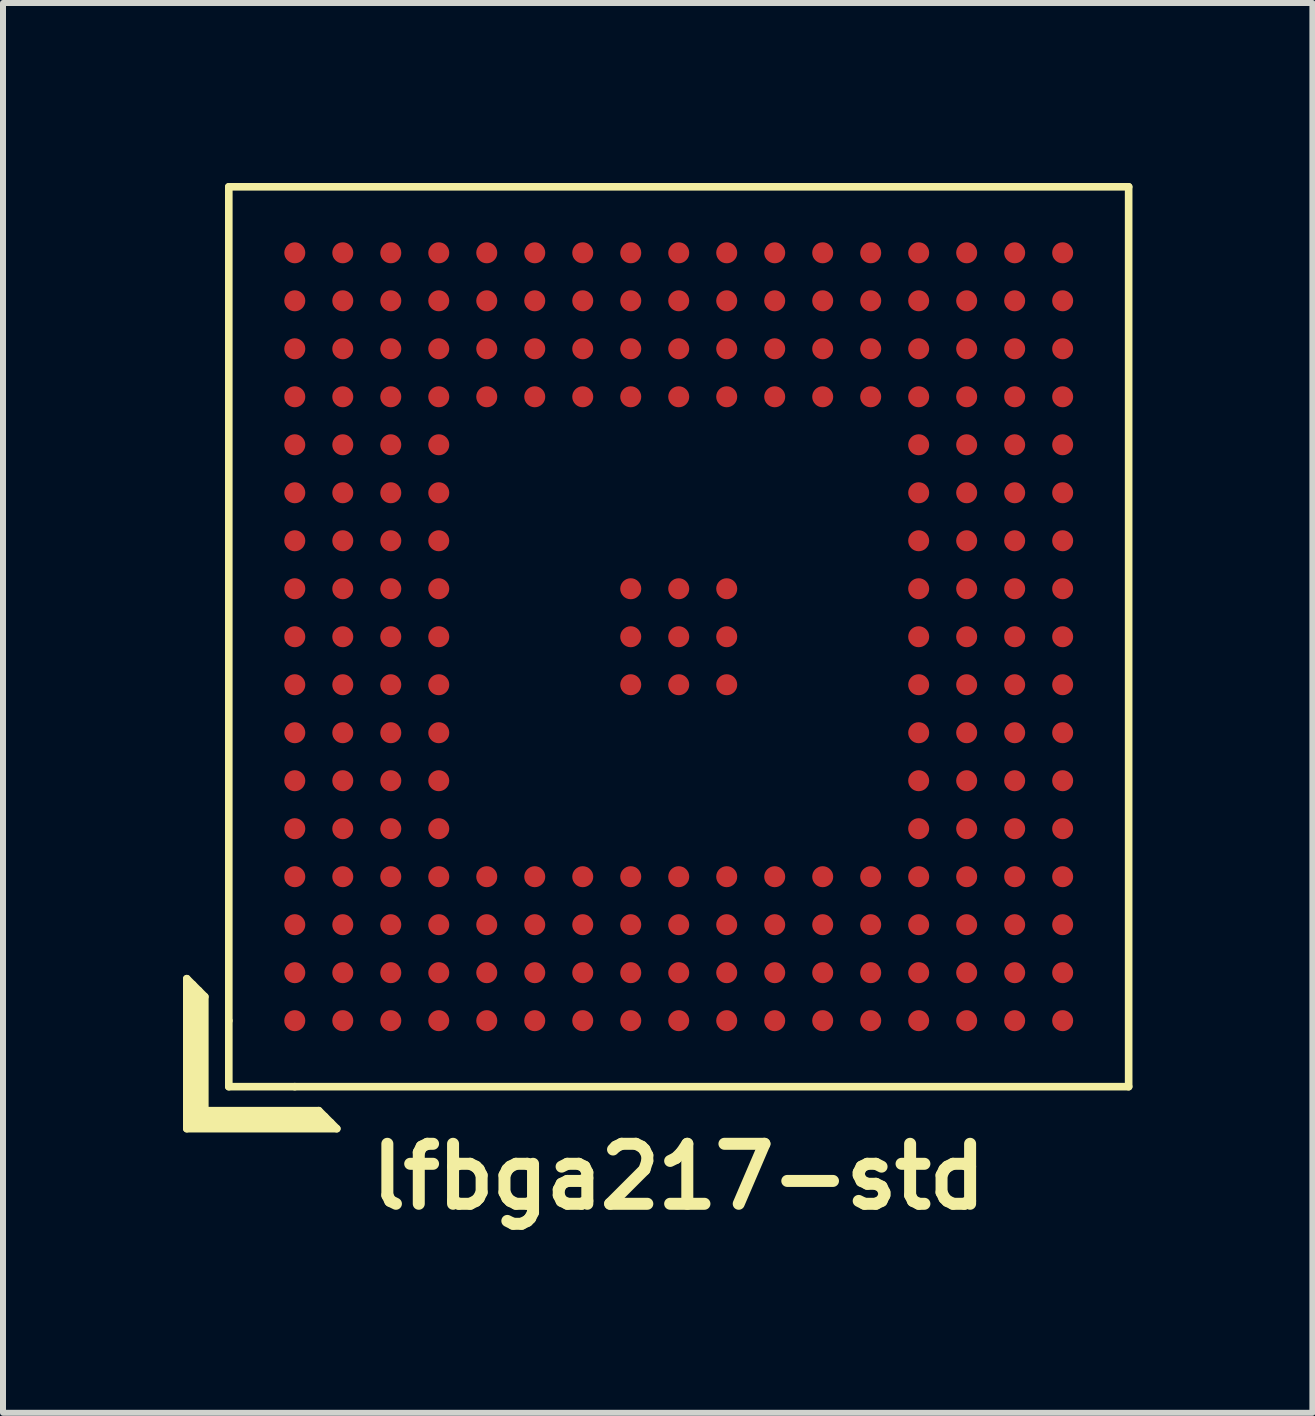
<source format=kicad_pcb>
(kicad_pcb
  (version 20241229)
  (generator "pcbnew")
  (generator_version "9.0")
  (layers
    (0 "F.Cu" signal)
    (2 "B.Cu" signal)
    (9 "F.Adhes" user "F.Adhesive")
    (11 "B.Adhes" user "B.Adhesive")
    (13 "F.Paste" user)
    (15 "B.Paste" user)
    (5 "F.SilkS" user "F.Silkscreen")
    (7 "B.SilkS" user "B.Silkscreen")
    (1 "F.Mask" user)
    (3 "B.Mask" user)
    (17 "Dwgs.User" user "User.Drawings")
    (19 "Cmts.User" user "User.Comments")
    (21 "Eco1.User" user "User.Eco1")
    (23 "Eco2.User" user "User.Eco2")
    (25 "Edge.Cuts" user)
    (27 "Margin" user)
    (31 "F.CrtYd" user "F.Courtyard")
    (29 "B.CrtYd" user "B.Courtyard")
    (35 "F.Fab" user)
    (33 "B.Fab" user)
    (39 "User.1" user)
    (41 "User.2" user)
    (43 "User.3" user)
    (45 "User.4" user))
  (footprint "lfbga217-std"
    (layer "F.Cu")
    (at 8.264 7.564)
    (property "Reference" "lfbga217-std" (at 0 9 0) (layer "F.SilkS") (effects (font (size 1 1) (thickness 0.2))))
    (attr through_hole)
    (fp_line (start -8.2 5.7) (end -7.9 6) (stroke (width 0.127) (type solid)) (layer "F.SilkS"))
    (fp_line (start -8.2 8.2) (end -8.2 5.7) (stroke (width 0.127) (type solid)) (layer "F.SilkS"))
    (fp_line (start -8.1 8.1) (end -8.1 5.8) (stroke (width 0.127) (type solid)) (layer "F.SilkS"))
    (fp_line (start -8 5.9) (end -8 8) (stroke (width 0.127) (type solid)) (layer "F.SilkS"))
    (fp_line (start -8 8) (end -5.9 8) (stroke (width 0.127) (type solid)) (layer "F.SilkS"))
    (fp_line (start -7.9 6) (end -7.9 7.9) (stroke (width 0.127) (type solid)) (layer "F.SilkS"))
    (fp_line (start -7.9 7.9) (end -6 7.9) (stroke (width 0.127) (type solid)) (layer "F.SilkS"))
    (fp_line (start -7.5 -7.5) (end 7.5 -7.5) (stroke (width 0.127) (type solid)) (layer "F.SilkS"))
    (fp_line (start -7.5 6.4) (end -7.5 -7.5) (stroke (width 0.127) (type solid)) (layer "F.SilkS"))
    (fp_line (start -7.5 6.4) (end -7.5 7.5) (stroke (width 0.127) (type solid)) (layer "F.SilkS"))
    (fp_line (start -7.5 7.5) (end -6.4 7.5) (stroke (width 0.127) (type solid)) (layer "F.SilkS"))
    (fp_line (start -6 7.9) (end -5.7 8.2) (stroke (width 0.127) (type solid)) (layer "F.SilkS"))
    (fp_line (start -5.8 8.1) (end -8.1 8.1) (stroke (width 0.127) (type solid)) (layer "F.SilkS"))
    (fp_line (start -5.7 8.2) (end -8.2 8.2) (stroke (width 0.127) (type solid)) (layer "F.SilkS"))
    (fp_line (start 7.5 -7.5) (end 7.5 7.5) (stroke (width 0.127) (type solid)) (layer "F.SilkS"))
    (fp_line (start 7.5 7.5) (end -6.4 7.5) (stroke (width 0.127) (type solid)) (layer "F.SilkS"))
    (pad "A1" smd circle (at -6.4 6.4 90) (size 0.35 0.35) (layers "F.Cu" "F.Mask" "F.Paste"))
    (pad "A2" smd circle (at -6.4 5.6 90) (size 0.35 0.35) (layers "F.Cu" "F.Mask" "F.Paste"))
    (pad "A3" smd circle (at -6.4 4.8 90) (size 0.35 0.35) (layers "F.Cu" "F.Mask" "F.Paste"))
    (pad "A4" smd circle (at -6.4 4 90) (size 0.35 0.35) (layers "F.Cu" "F.Mask" "F.Paste"))
    (pad "A5" smd circle (at -6.4 3.2 90) (size 0.35 0.35) (layers "F.Cu" "F.Mask" "F.Paste"))
    (pad "A6" smd circle (at -6.4 2.4 90) (size 0.35 0.35) (layers "F.Cu" "F.Mask" "F.Paste"))
    (pad "A7" smd circle (at -6.4 1.6 90) (size 0.35 0.35) (layers "F.Cu" "F.Mask" "F.Paste"))
    (pad "A8" smd circle (at -6.4 0.8 90) (size 0.35 0.35) (layers "F.Cu" "F.Mask" "F.Paste"))
    (pad "A9" smd circle (at -6.4 0 90) (size 0.35 0.35) (layers "F.Cu" "F.Mask" "F.Paste"))
    (pad "A10" smd circle (at -6.4 -0.8 90) (size 0.35 0.35) (layers "F.Cu" "F.Mask" "F.Paste"))
    (pad "A11" smd circle (at -6.4 -1.6 90) (size 0.35 0.35) (layers "F.Cu" "F.Mask" "F.Paste"))
    (pad "A12" smd circle (at -6.4 -2.4 90) (size 0.35 0.35) (layers "F.Cu" "F.Mask" "F.Paste"))
    (pad "A13" smd circle (at -6.4 -3.2 90) (size 0.35 0.35) (layers "F.Cu" "F.Mask" "F.Paste"))
    (pad "A14" smd circle (at -6.4 -4 90) (size 0.35 0.35) (layers "F.Cu" "F.Mask" "F.Paste"))
    (pad "A15" smd circle (at -6.4 -4.8 90) (size 0.35 0.35) (layers "F.Cu" "F.Mask" "F.Paste"))
    (pad "A16" smd circle (at -6.4 -5.6 90) (size 0.35 0.35) (layers "F.Cu" "F.Mask" "F.Paste"))
    (pad "A17" smd circle (at -6.4 -6.4 90) (size 0.35 0.35) (layers "F.Cu" "F.Mask" "F.Paste"))
    (pad "B1" smd circle (at -5.6 6.4 90) (size 0.35 0.35) (layers "F.Cu" "F.Mask" "F.Paste"))
    (pad "B2" smd circle (at -5.6 5.6 90) (size 0.35 0.35) (layers "F.Cu" "F.Mask" "F.Paste"))
    (pad "B3" smd circle (at -5.6 4.8 90) (size 0.35 0.35) (layers "F.Cu" "F.Mask" "F.Paste"))
    (pad "B4" smd circle (at -5.6 4 90) (size 0.35 0.35) (layers "F.Cu" "F.Mask" "F.Paste"))
    (pad "B5" smd circle (at -5.6 3.2 90) (size 0.35 0.35) (layers "F.Cu" "F.Mask" "F.Paste"))
    (pad "B6" smd circle (at -5.6 2.4 90) (size 0.35 0.35) (layers "F.Cu" "F.Mask" "F.Paste"))
    (pad "B7" smd circle (at -5.6 1.6 90) (size 0.35 0.35) (layers "F.Cu" "F.Mask" "F.Paste"))
    (pad "B8" smd circle (at -5.6 0.8 90) (size 0.35 0.35) (layers "F.Cu" "F.Mask" "F.Paste"))
    (pad "B9" smd circle (at -5.6 0 90) (size 0.35 0.35) (layers "F.Cu" "F.Mask" "F.Paste"))
    (pad "B10" smd circle (at -5.6 -0.8 90) (size 0.35 0.35) (layers "F.Cu" "F.Mask" "F.Paste"))
    (pad "B11" smd circle (at -5.6 -1.6 90) (size 0.35 0.35) (layers "F.Cu" "F.Mask" "F.Paste"))
    (pad "B12" smd circle (at -5.6 -2.4 90) (size 0.35 0.35) (layers "F.Cu" "F.Mask" "F.Paste"))
    (pad "B13" smd circle (at -5.6 -3.2 90) (size 0.35 0.35) (layers "F.Cu" "F.Mask" "F.Paste"))
    (pad "B14" smd circle (at -5.6 -4 90) (size 0.35 0.35) (layers "F.Cu" "F.Mask" "F.Paste"))
    (pad "B15" smd circle (at -5.6 -4.8 90) (size 0.35 0.35) (layers "F.Cu" "F.Mask" "F.Paste"))
    (pad "B16" smd circle (at -5.6 -5.6 90) (size 0.35 0.35) (layers "F.Cu" "F.Mask" "F.Paste"))
    (pad "B17" smd circle (at -5.6 -6.4 90) (size 0.35 0.35) (layers "F.Cu" "F.Mask" "F.Paste"))
    (pad "C1" smd circle (at -4.8 6.4 90) (size 0.35 0.35) (layers "F.Cu" "F.Mask" "F.Paste"))
    (pad "C2" smd circle (at -4.8 5.6 90) (size 0.35 0.35) (layers "F.Cu" "F.Mask" "F.Paste"))
    (pad "C3" smd circle (at -4.8 4.8 90) (size 0.35 0.35) (layers "F.Cu" "F.Mask" "F.Paste"))
    (pad "C4" smd circle (at -4.8 4 90) (size 0.35 0.35) (layers "F.Cu" "F.Mask" "F.Paste"))
    (pad "C5" smd circle (at -4.8 3.2 90) (size 0.35 0.35) (layers "F.Cu" "F.Mask" "F.Paste"))
    (pad "C6" smd circle (at -4.8 2.4 90) (size 0.35 0.35) (layers "F.Cu" "F.Mask" "F.Paste"))
    (pad "C7" smd circle (at -4.8 1.6 90) (size 0.35 0.35) (layers "F.Cu" "F.Mask" "F.Paste"))
    (pad "C8" smd circle (at -4.8 0.8 90) (size 0.35 0.35) (layers "F.Cu" "F.Mask" "F.Paste"))
    (pad "C9" smd circle (at -4.8 0 90) (size 0.35 0.35) (layers "F.Cu" "F.Mask" "F.Paste"))
    (pad "C10" smd circle (at -4.8 -0.8 90) (size 0.35 0.35) (layers "F.Cu" "F.Mask" "F.Paste"))
    (pad "C11" smd circle (at -4.8 -1.6 90) (size 0.35 0.35) (layers "F.Cu" "F.Mask" "F.Paste"))
    (pad "C12" smd circle (at -4.8 -2.4 90) (size 0.35 0.35) (layers "F.Cu" "F.Mask" "F.Paste"))
    (pad "C13" smd circle (at -4.8 -3.2 90) (size 0.35 0.35) (layers "F.Cu" "F.Mask" "F.Paste"))
    (pad "C14" smd circle (at -4.8 -4 90) (size 0.35 0.35) (layers "F.Cu" "F.Mask" "F.Paste"))
    (pad "C15" smd circle (at -4.8 -4.8 90) (size 0.35 0.35) (layers "F.Cu" "F.Mask" "F.Paste"))
    (pad "C16" smd circle (at -4.8 -5.6 90) (size 0.35 0.35) (layers "F.Cu" "F.Mask" "F.Paste"))
    (pad "C17" smd circle (at -4.8 -6.4 90) (size 0.35 0.35) (layers "F.Cu" "F.Mask" "F.Paste"))
    (pad "D1" smd circle (at -4 6.4 90) (size 0.35 0.35) (layers "F.Cu" "F.Mask" "F.Paste"))
    (pad "D2" smd circle (at -4 5.6 90) (size 0.35 0.35) (layers "F.Cu" "F.Mask" "F.Paste"))
    (pad "D3" smd circle (at -4 4.8 90) (size 0.35 0.35) (layers "F.Cu" "F.Mask" "F.Paste"))
    (pad "D4" smd circle (at -4 4 90) (size 0.35 0.35) (layers "F.Cu" "F.Mask" "F.Paste"))
    (pad "D5" smd circle (at -4 3.2 90) (size 0.35 0.35) (layers "F.Cu" "F.Mask" "F.Paste"))
    (pad "D6" smd circle (at -4 2.4 90) (size 0.35 0.35) (layers "F.Cu" "F.Mask" "F.Paste"))
    (pad "D7" smd circle (at -4 1.6 90) (size 0.35 0.35) (layers "F.Cu" "F.Mask" "F.Paste"))
    (pad "D8" smd circle (at -4 0.8 90) (size 0.35 0.35) (layers "F.Cu" "F.Mask" "F.Paste"))
    (pad "D9" smd circle (at -4 0 90) (size 0.35 0.35) (layers "F.Cu" "F.Mask" "F.Paste"))
    (pad "D10" smd circle (at -4 -0.8 90) (size 0.35 0.35) (layers "F.Cu" "F.Mask" "F.Paste"))
    (pad "D11" smd circle (at -4 -1.6 90) (size 0.35 0.35) (layers "F.Cu" "F.Mask" "F.Paste"))
    (pad "D12" smd circle (at -4 -2.4 90) (size 0.35 0.35) (layers "F.Cu" "F.Mask" "F.Paste"))
    (pad "D13" smd circle (at -4 -3.2 90) (size 0.35 0.35) (layers "F.Cu" "F.Mask" "F.Paste"))
    (pad "D14" smd circle (at -4 -4 90) (size 0.35 0.35) (layers "F.Cu" "F.Mask" "F.Paste"))
    (pad "D15" smd circle (at -4 -4.8 90) (size 0.35 0.35) (layers "F.Cu" "F.Mask" "F.Paste"))
    (pad "D16" smd circle (at -4 -5.6 90) (size 0.35 0.35) (layers "F.Cu" "F.Mask" "F.Paste"))
    (pad "D17" smd circle (at -4 -6.4 90) (size 0.35 0.35) (layers "F.Cu" "F.Mask" "F.Paste"))
    (pad "E1" smd circle (at -3.2 6.4 90) (size 0.35 0.35) (layers "F.Cu" "F.Mask" "F.Paste"))
    (pad "E2" smd circle (at -3.2 5.6 90) (size 0.35 0.35) (layers "F.Cu" "F.Mask" "F.Paste"))
    (pad "E3" smd circle (at -3.2 4.8 90) (size 0.35 0.35) (layers "F.Cu" "F.Mask" "F.Paste"))
    (pad "E4" smd circle (at -3.2 4 90) (size 0.35 0.35) (layers "F.Cu" "F.Mask" "F.Paste"))
    (pad "E14" smd circle (at -3.2 -4 90) (size 0.35 0.35) (layers "F.Cu" "F.Mask" "F.Paste"))
    (pad "E15" smd circle (at -3.2 -4.8 90) (size 0.35 0.35) (layers "F.Cu" "F.Mask" "F.Paste"))
    (pad "E16" smd circle (at -3.2 -5.6 90) (size 0.35 0.35) (layers "F.Cu" "F.Mask" "F.Paste"))
    (pad "E17" smd circle (at -3.2 -6.4 90) (size 0.35 0.35) (layers "F.Cu" "F.Mask" "F.Paste"))
    (pad "F1" smd circle (at -2.4 6.4 90) (size 0.35 0.35) (layers "F.Cu" "F.Mask" "F.Paste"))
    (pad "F2" smd circle (at -2.4 5.6 90) (size 0.35 0.35) (layers "F.Cu" "F.Mask" "F.Paste"))
    (pad "F3" smd circle (at -2.4 4.8 90) (size 0.35 0.35) (layers "F.Cu" "F.Mask" "F.Paste"))
    (pad "F4" smd circle (at -2.4 4 90) (size 0.35 0.35) (layers "F.Cu" "F.Mask" "F.Paste"))
    (pad "F14" smd circle (at -2.4 -4 90) (size 0.35 0.35) (layers "F.Cu" "F.Mask" "F.Paste"))
    (pad "F15" smd circle (at -2.4 -4.8 90) (size 0.35 0.35) (layers "F.Cu" "F.Mask" "F.Paste"))
    (pad "F16" smd circle (at -2.4 -5.6 90) (size 0.35 0.35) (layers "F.Cu" "F.Mask" "F.Paste"))
    (pad "F17" smd circle (at -2.4 -6.4 90) (size 0.35 0.35) (layers "F.Cu" "F.Mask" "F.Paste"))
    (pad "G1" smd circle (at -1.6 6.4 90) (size 0.35 0.35) (layers "F.Cu" "F.Mask" "F.Paste"))
    (pad "G2" smd circle (at -1.6 5.6 90) (size 0.35 0.35) (layers "F.Cu" "F.Mask" "F.Paste"))
    (pad "G3" smd circle (at -1.6 4.8 90) (size 0.35 0.35) (layers "F.Cu" "F.Mask" "F.Paste"))
    (pad "G4" smd circle (at -1.6 4 90) (size 0.35 0.35) (layers "F.Cu" "F.Mask" "F.Paste"))
    (pad "G14" smd circle (at -1.6 -4 90) (size 0.35 0.35) (layers "F.Cu" "F.Mask" "F.Paste"))
    (pad "G15" smd circle (at -1.6 -4.8 90) (size 0.35 0.35) (layers "F.Cu" "F.Mask" "F.Paste"))
    (pad "G16" smd circle (at -1.6 -5.6 90) (size 0.35 0.35) (layers "F.Cu" "F.Mask" "F.Paste"))
    (pad "G17" smd circle (at -1.6 -6.4 90) (size 0.35 0.35) (layers "F.Cu" "F.Mask" "F.Paste"))
    (pad "H1" smd circle (at -0.8 6.4 90) (size 0.35 0.35) (layers "F.Cu" "F.Mask" "F.Paste"))
    (pad "H2" smd circle (at -0.8 5.6 90) (size 0.35 0.35) (layers "F.Cu" "F.Mask" "F.Paste"))
    (pad "H3" smd circle (at -0.8 4.8 90) (size 0.35 0.35) (layers "F.Cu" "F.Mask" "F.Paste"))
    (pad "H4" smd circle (at -0.8 4 90) (size 0.35 0.35) (layers "F.Cu" "F.Mask" "F.Paste"))
    (pad "H8" smd circle (at -0.8 0.8 90) (size 0.35 0.35) (layers "F.Cu" "F.Mask" "F.Paste"))
    (pad "H9" smd circle (at -0.8 0 90) (size 0.35 0.35) (layers "F.Cu" "F.Mask" "F.Paste"))
    (pad "H10" smd circle (at -0.8 -0.8 90) (size 0.35 0.35) (layers "F.Cu" "F.Mask" "F.Paste"))
    (pad "H14" smd circle (at -0.8 -4 90) (size 0.35 0.35) (layers "F.Cu" "F.Mask" "F.Paste"))
    (pad "H15" smd circle (at -0.8 -4.8 90) (size 0.35 0.35) (layers "F.Cu" "F.Mask" "F.Paste"))
    (pad "H16" smd circle (at -0.8 -5.6 90) (size 0.35 0.35) (layers "F.Cu" "F.Mask" "F.Paste"))
    (pad "H17" smd circle (at -0.8 -6.4 90) (size 0.35 0.35) (layers "F.Cu" "F.Mask" "F.Paste"))
    (pad "J1" smd circle (at 0 6.4 90) (size 0.35 0.35) (layers "F.Cu" "F.Mask" "F.Paste"))
    (pad "J2" smd circle (at 0 5.6 90) (size 0.35 0.35) (layers "F.Cu" "F.Mask" "F.Paste"))
    (pad "J3" smd circle (at 0 4.8 90) (size 0.35 0.35) (layers "F.Cu" "F.Mask" "F.Paste"))
    (pad "J4" smd circle (at 0 4 90) (size 0.35 0.35) (layers "F.Cu" "F.Mask" "F.Paste"))
    (pad "J8" smd circle (at 0 0.8 90) (size 0.35 0.35) (layers "F.Cu" "F.Mask" "F.Paste"))
    (pad "J9" smd circle (at 0 0 90) (size 0.35 0.35) (layers "F.Cu" "F.Mask" "F.Paste"))
    (pad "J10" smd circle (at 0 -0.8 90) (size 0.35 0.35) (layers "F.Cu" "F.Mask" "F.Paste"))
    (pad "J14" smd circle (at 0 -4 90) (size 0.35 0.35) (layers "F.Cu" "F.Mask" "F.Paste"))
    (pad "J15" smd circle (at 0 -4.8 90) (size 0.35 0.35) (layers "F.Cu" "F.Mask" "F.Paste"))
    (pad "J16" smd circle (at 0 -5.6 90) (size 0.35 0.35) (layers "F.Cu" "F.Mask" "F.Paste"))
    (pad "J17" smd circle (at 0 -6.4 90) (size 0.35 0.35) (layers "F.Cu" "F.Mask" "F.Paste"))
    (pad "K1" smd circle (at 0.8 6.4 90) (size 0.35 0.35) (layers "F.Cu" "F.Mask" "F.Paste"))
    (pad "K2" smd circle (at 0.8 5.6 90) (size 0.35 0.35) (layers "F.Cu" "F.Mask" "F.Paste"))
    (pad "K3" smd circle (at 0.8 4.8 90) (size 0.35 0.35) (layers "F.Cu" "F.Mask" "F.Paste"))
    (pad "K4" smd circle (at 0.8 4 90) (size 0.35 0.35) (layers "F.Cu" "F.Mask" "F.Paste"))
    (pad "K8" smd circle (at 0.8 0.8 90) (size 0.35 0.35) (layers "F.Cu" "F.Mask" "F.Paste"))
    (pad "K9" smd circle (at 0.8 0 90) (size 0.35 0.35) (layers "F.Cu" "F.Mask" "F.Paste"))
    (pad "K10" smd circle (at 0.8 -0.8 90) (size 0.35 0.35) (layers "F.Cu" "F.Mask" "F.Paste"))
    (pad "K14" smd circle (at 0.8 -4 90) (size 0.35 0.35) (layers "F.Cu" "F.Mask" "F.Paste"))
    (pad "K15" smd circle (at 0.8 -4.8 90) (size 0.35 0.35) (layers "F.Cu" "F.Mask" "F.Paste"))
    (pad "K16" smd circle (at 0.8 -5.6 90) (size 0.35 0.35) (layers "F.Cu" "F.Mask" "F.Paste"))
    (pad "K17" smd circle (at 0.8 -6.4 90) (size 0.35 0.35) (layers "F.Cu" "F.Mask" "F.Paste"))
    (pad "L1" smd circle (at 1.6 6.4 90) (size 0.35 0.35) (layers "F.Cu" "F.Mask" "F.Paste"))
    (pad "L2" smd circle (at 1.6 5.6 90) (size 0.35 0.35) (layers "F.Cu" "F.Mask" "F.Paste"))
    (pad "L3" smd circle (at 1.6 4.8 90) (size 0.35 0.35) (layers "F.Cu" "F.Mask" "F.Paste"))
    (pad "L4" smd circle (at 1.6 4 90) (size 0.35 0.35) (layers "F.Cu" "F.Mask" "F.Paste"))
    (pad "L14" smd circle (at 1.6 -4 90) (size 0.35 0.35) (layers "F.Cu" "F.Mask" "F.Paste"))
    (pad "L15" smd circle (at 1.6 -4.8 90) (size 0.35 0.35) (layers "F.Cu" "F.Mask" "F.Paste"))
    (pad "L16" smd circle (at 1.6 -5.6 90) (size 0.35 0.35) (layers "F.Cu" "F.Mask" "F.Paste"))
    (pad "L17" smd circle (at 1.6 -6.4 90) (size 0.35 0.35) (layers "F.Cu" "F.Mask" "F.Paste"))
    (pad "M1" smd circle (at 2.4 6.4 90) (size 0.35 0.35) (layers "F.Cu" "F.Mask" "F.Paste"))
    (pad "M2" smd circle (at 2.4 5.6 90) (size 0.35 0.35) (layers "F.Cu" "F.Mask" "F.Paste"))
    (pad "M3" smd circle (at 2.4 4.8 90) (size 0.35 0.35) (layers "F.Cu" "F.Mask" "F.Paste"))
    (pad "M4" smd circle (at 2.4 4 90) (size 0.35 0.35) (layers "F.Cu" "F.Mask" "F.Paste"))
    (pad "M14" smd circle (at 2.4 -4 90) (size 0.35 0.35) (layers "F.Cu" "F.Mask" "F.Paste"))
    (pad "M15" smd circle (at 2.4 -4.8 90) (size 0.35 0.35) (layers "F.Cu" "F.Mask" "F.Paste"))
    (pad "M16" smd circle (at 2.4 -5.6 90) (size 0.35 0.35) (layers "F.Cu" "F.Mask" "F.Paste"))
    (pad "M17" smd circle (at 2.4 -6.4 90) (size 0.35 0.35) (layers "F.Cu" "F.Mask" "F.Paste"))
    (pad "N1" smd circle (at 3.2 6.4 90) (size 0.35 0.35) (layers "F.Cu" "F.Mask" "F.Paste"))
    (pad "N2" smd circle (at 3.2 5.6 90) (size 0.35 0.35) (layers "F.Cu" "F.Mask" "F.Paste"))
    (pad "N3" smd circle (at 3.2 4.8 90) (size 0.35 0.35) (layers "F.Cu" "F.Mask" "F.Paste"))
    (pad "N4" smd circle (at 3.2 4 90) (size 0.35 0.35) (layers "F.Cu" "F.Mask" "F.Paste"))
    (pad "N14" smd circle (at 3.2 -4 90) (size 0.35 0.35) (layers "F.Cu" "F.Mask" "F.Paste"))
    (pad "N15" smd circle (at 3.2 -4.8 90) (size 0.35 0.35) (layers "F.Cu" "F.Mask" "F.Paste"))
    (pad "N16" smd circle (at 3.2 -5.6 90) (size 0.35 0.35) (layers "F.Cu" "F.Mask" "F.Paste"))
    (pad "N17" smd circle (at 3.2 -6.4 90) (size 0.35 0.35) (layers "F.Cu" "F.Mask" "F.Paste"))
    (pad "P1" smd circle (at 4 6.4 90) (size 0.35 0.35) (layers "F.Cu" "F.Mask" "F.Paste"))
    (pad "P2" smd circle (at 4 5.6 90) (size 0.35 0.35) (layers "F.Cu" "F.Mask" "F.Paste"))
    (pad "P3" smd circle (at 4 4.8 90) (size 0.35 0.35) (layers "F.Cu" "F.Mask" "F.Paste"))
    (pad "P4" smd circle (at 4 4 90) (size 0.35 0.35) (layers "F.Cu" "F.Mask" "F.Paste"))
    (pad "P5" smd circle (at 4 3.2 90) (size 0.35 0.35) (layers "F.Cu" "F.Mask" "F.Paste"))
    (pad "P6" smd circle (at 4 2.4 90) (size 0.35 0.35) (layers "F.Cu" "F.Mask" "F.Paste"))
    (pad "P7" smd circle (at 4 1.6 90) (size 0.35 0.35) (layers "F.Cu" "F.Mask" "F.Paste"))
    (pad "P8" smd circle (at 4 0.8 90) (size 0.35 0.35) (layers "F.Cu" "F.Mask" "F.Paste"))
    (pad "P9" smd circle (at 4 0 90) (size 0.35 0.35) (layers "F.Cu" "F.Mask" "F.Paste"))
    (pad "P10" smd circle (at 4 -0.8 90) (size 0.35 0.35) (layers "F.Cu" "F.Mask" "F.Paste"))
    (pad "P11" smd circle (at 4 -1.6 90) (size 0.35 0.35) (layers "F.Cu" "F.Mask" "F.Paste"))
    (pad "P12" smd circle (at 4 -2.4 90) (size 0.35 0.35) (layers "F.Cu" "F.Mask" "F.Paste"))
    (pad "P13" smd circle (at 4 -3.2 90) (size 0.35 0.35) (layers "F.Cu" "F.Mask" "F.Paste"))
    (pad "P14" smd circle (at 4 -4 90) (size 0.35 0.35) (layers "F.Cu" "F.Mask" "F.Paste"))
    (pad "P15" smd circle (at 4 -4.8 90) (size 0.35 0.35) (layers "F.Cu" "F.Mask" "F.Paste"))
    (pad "P16" smd circle (at 4 -5.6 90) (size 0.35 0.35) (layers "F.Cu" "F.Mask" "F.Paste"))
    (pad "P17" smd circle (at 4 -6.4 90) (size 0.35 0.35) (layers "F.Cu" "F.Mask" "F.Paste"))
    (pad "R1" smd circle (at 4.8 6.4 90) (size 0.35 0.35) (layers "F.Cu" "F.Mask" "F.Paste"))
    (pad "R2" smd circle (at 4.8 5.6 90) (size 0.35 0.35) (layers "F.Cu" "F.Mask" "F.Paste"))
    (pad "R3" smd circle (at 4.8 4.8 90) (size 0.35 0.35) (layers "F.Cu" "F.Mask" "F.Paste"))
    (pad "R4" smd circle (at 4.8 4 90) (size 0.35 0.35) (layers "F.Cu" "F.Mask" "F.Paste"))
    (pad "R5" smd circle (at 4.8 3.2 90) (size 0.35 0.35) (layers "F.Cu" "F.Mask" "F.Paste"))
    (pad "R6" smd circle (at 4.8 2.4 90) (size 0.35 0.35) (layers "F.Cu" "F.Mask" "F.Paste"))
    (pad "R7" smd circle (at 4.8 1.6 90) (size 0.35 0.35) (layers "F.Cu" "F.Mask" "F.Paste"))
    (pad "R8" smd circle (at 4.8 0.8 90) (size 0.35 0.35) (layers "F.Cu" "F.Mask" "F.Paste"))
    (pad "R9" smd circle (at 4.8 0 90) (size 0.35 0.35) (layers "F.Cu" "F.Mask" "F.Paste"))
    (pad "R10" smd circle (at 4.8 -0.8 90) (size 0.35 0.35) (layers "F.Cu" "F.Mask" "F.Paste"))
    (pad "R11" smd circle (at 4.8 -1.6 90) (size 0.35 0.35) (layers "F.Cu" "F.Mask" "F.Paste"))
    (pad "R12" smd circle (at 4.8 -2.4 90) (size 0.35 0.35) (layers "F.Cu" "F.Mask" "F.Paste"))
    (pad "R13" smd circle (at 4.8 -3.2 90) (size 0.35 0.35) (layers "F.Cu" "F.Mask" "F.Paste"))
    (pad "R14" smd circle (at 4.8 -4 90) (size 0.35 0.35) (layers "F.Cu" "F.Mask" "F.Paste"))
    (pad "R15" smd circle (at 4.8 -4.8 90) (size 0.35 0.35) (layers "F.Cu" "F.Mask" "F.Paste"))
    (pad "R16" smd circle (at 4.8 -5.6 90) (size 0.35 0.35) (layers "F.Cu" "F.Mask" "F.Paste"))
    (pad "R17" smd circle (at 4.8 -6.4 90) (size 0.35 0.35) (layers "F.Cu" "F.Mask" "F.Paste"))
    (pad "T1" smd circle (at 5.6 6.4 90) (size 0.35 0.35) (layers "F.Cu" "F.Mask" "F.Paste"))
    (pad "T2" smd circle (at 5.6 5.6 90) (size 0.35 0.35) (layers "F.Cu" "F.Mask" "F.Paste"))
    (pad "T3" smd circle (at 5.6 4.8 90) (size 0.35 0.35) (layers "F.Cu" "F.Mask" "F.Paste"))
    (pad "T4" smd circle (at 5.6 4 90) (size 0.35 0.35) (layers "F.Cu" "F.Mask" "F.Paste"))
    (pad "T5" smd circle (at 5.6 3.2 90) (size 0.35 0.35) (layers "F.Cu" "F.Mask" "F.Paste"))
    (pad "T6" smd circle (at 5.6 2.4 90) (size 0.35 0.35) (layers "F.Cu" "F.Mask" "F.Paste"))
    (pad "T7" smd circle (at 5.6 1.6 90) (size 0.35 0.35) (layers "F.Cu" "F.Mask" "F.Paste"))
    (pad "T8" smd circle (at 5.6 0.8 90) (size 0.35 0.35) (layers "F.Cu" "F.Mask" "F.Paste"))
    (pad "T9" smd circle (at 5.6 0 90) (size 0.35 0.35) (layers "F.Cu" "F.Mask" "F.Paste"))
    (pad "T10" smd circle (at 5.6 -0.8 90) (size 0.35 0.35) (layers "F.Cu" "F.Mask" "F.Paste"))
    (pad "T11" smd circle (at 5.6 -1.6 90) (size 0.35 0.35) (layers "F.Cu" "F.Mask" "F.Paste"))
    (pad "T12" smd circle (at 5.6 -2.4 90) (size 0.35 0.35) (layers "F.Cu" "F.Mask" "F.Paste"))
    (pad "T13" smd circle (at 5.6 -3.2 90) (size 0.35 0.35) (layers "F.Cu" "F.Mask" "F.Paste"))
    (pad "T14" smd circle (at 5.6 -4 90) (size 0.35 0.35) (layers "F.Cu" "F.Mask" "F.Paste"))
    (pad "T15" smd circle (at 5.6 -4.8 90) (size 0.35 0.35) (layers "F.Cu" "F.Mask" "F.Paste"))
    (pad "T16" smd circle (at 5.6 -5.6 90) (size 0.35 0.35) (layers "F.Cu" "F.Mask" "F.Paste"))
    (pad "T17" smd circle (at 5.6 -6.4 90) (size 0.35 0.35) (layers "F.Cu" "F.Mask" "F.Paste"))
    (pad "U1" smd circle (at 6.4 6.4 90) (size 0.35 0.35) (layers "F.Cu" "F.Mask" "F.Paste"))
    (pad "U2" smd circle (at 6.4 5.6 90) (size 0.35 0.35) (layers "F.Cu" "F.Mask" "F.Paste"))
    (pad "U3" smd circle (at 6.4 4.8 90) (size 0.35 0.35) (layers "F.Cu" "F.Mask" "F.Paste"))
    (pad "U4" smd circle (at 6.4 4 90) (size 0.35 0.35) (layers "F.Cu" "F.Mask" "F.Paste"))
    (pad "U5" smd circle (at 6.4 3.2 90) (size 0.35 0.35) (layers "F.Cu" "F.Mask" "F.Paste"))
    (pad "U6" smd circle (at 6.4 2.4 90) (size 0.35 0.35) (layers "F.Cu" "F.Mask" "F.Paste"))
    (pad "U7" smd circle (at 6.4 1.6 90) (size 0.35 0.35) (layers "F.Cu" "F.Mask" "F.Paste"))
    (pad "U8" smd circle (at 6.4 0.8 90) (size 0.35 0.35) (layers "F.Cu" "F.Mask" "F.Paste"))
    (pad "U9" smd circle (at 6.4 0 90) (size 0.35 0.35) (layers "F.Cu" "F.Mask" "F.Paste"))
    (pad "U10" smd circle (at 6.4 -0.8 90) (size 0.35 0.35) (layers "F.Cu" "F.Mask" "F.Paste"))
    (pad "U11" smd circle (at 6.4 -1.6 90) (size 0.35 0.35) (layers "F.Cu" "F.Mask" "F.Paste"))
    (pad "U12" smd circle (at 6.4 -2.4 90) (size 0.35 0.35) (layers "F.Cu" "F.Mask" "F.Paste"))
    (pad "U13" smd circle (at 6.4 -3.2 90) (size 0.35 0.35) (layers "F.Cu" "F.Mask" "F.Paste"))
    (pad "U14" smd circle (at 6.4 -4 90) (size 0.35 0.35) (layers "F.Cu" "F.Mask" "F.Paste"))
    (pad "U15" smd circle (at 6.4 -4.8 90) (size 0.35 0.35) (layers "F.Cu" "F.Mask" "F.Paste"))
    (pad "U16" smd circle (at 6.4 -5.6 90) (size 0.35 0.35) (layers "F.Cu" "F.Mask" "F.Paste"))
    (pad "U17" smd circle (at 6.4 -6.4 90) (size 0.35 0.35) (layers "F.Cu" "F.Mask" "F.Paste")))
  (gr_rect
    (start -3 -3)
    (end 18.827 20.5)
    (stroke (width 0.1) (type default))
    (fill no)
    (layer "Edge.Cuts")))
</source>
